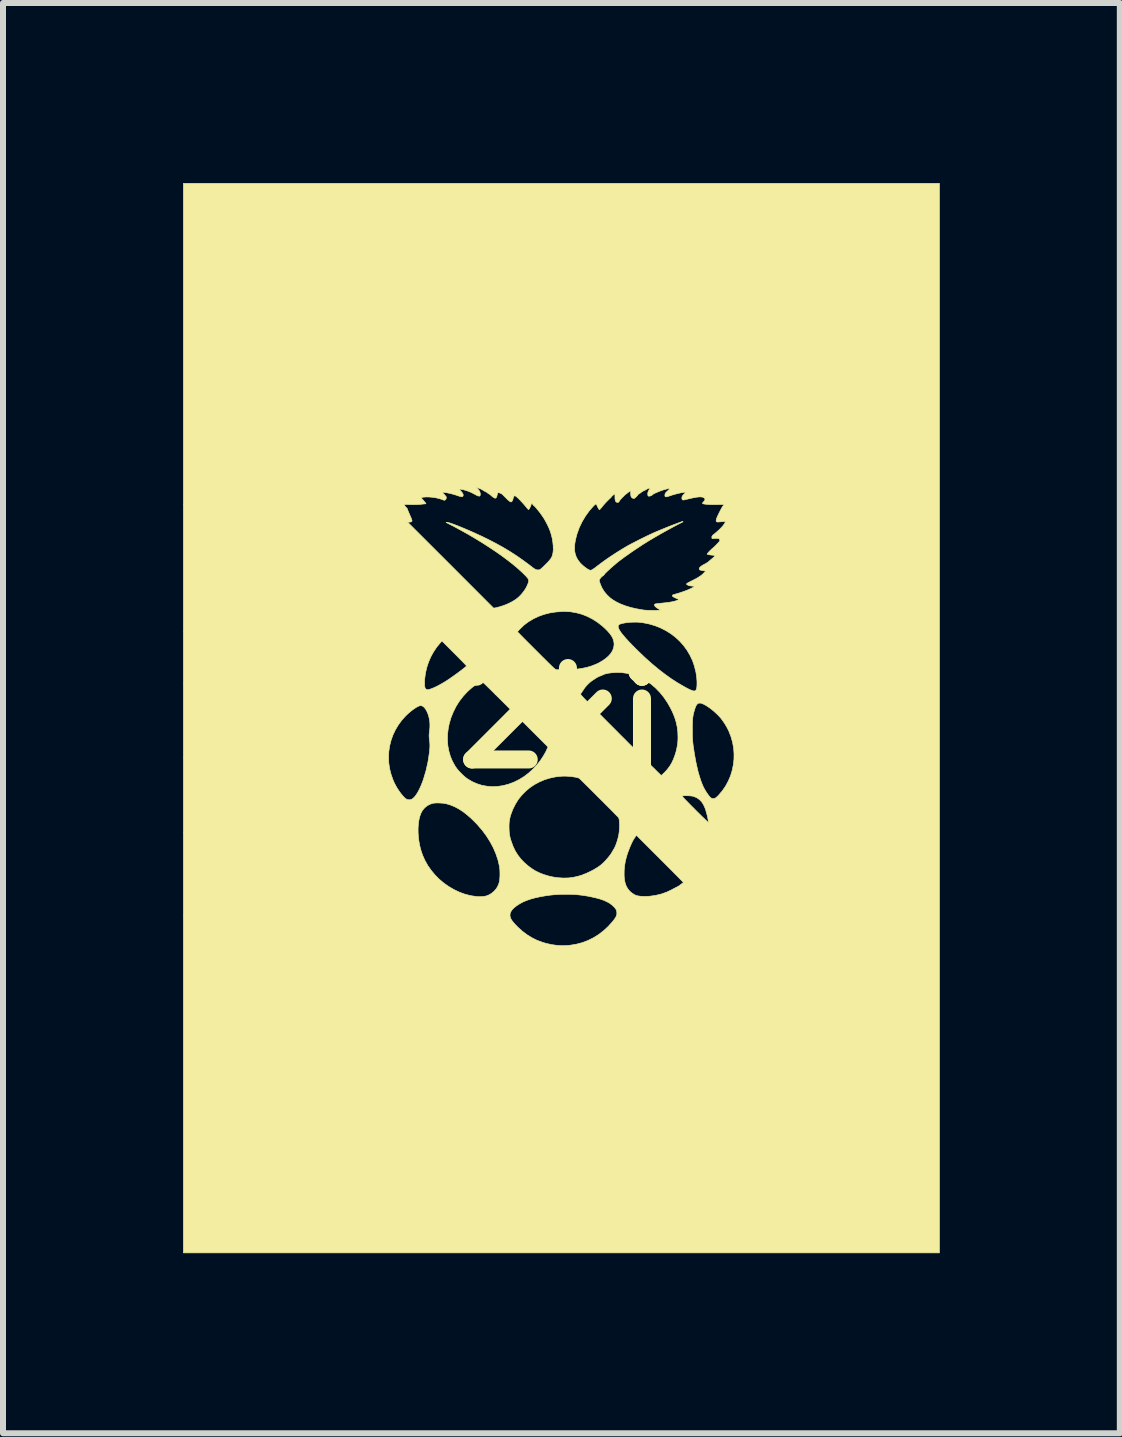
<source format=kicad_pcb>
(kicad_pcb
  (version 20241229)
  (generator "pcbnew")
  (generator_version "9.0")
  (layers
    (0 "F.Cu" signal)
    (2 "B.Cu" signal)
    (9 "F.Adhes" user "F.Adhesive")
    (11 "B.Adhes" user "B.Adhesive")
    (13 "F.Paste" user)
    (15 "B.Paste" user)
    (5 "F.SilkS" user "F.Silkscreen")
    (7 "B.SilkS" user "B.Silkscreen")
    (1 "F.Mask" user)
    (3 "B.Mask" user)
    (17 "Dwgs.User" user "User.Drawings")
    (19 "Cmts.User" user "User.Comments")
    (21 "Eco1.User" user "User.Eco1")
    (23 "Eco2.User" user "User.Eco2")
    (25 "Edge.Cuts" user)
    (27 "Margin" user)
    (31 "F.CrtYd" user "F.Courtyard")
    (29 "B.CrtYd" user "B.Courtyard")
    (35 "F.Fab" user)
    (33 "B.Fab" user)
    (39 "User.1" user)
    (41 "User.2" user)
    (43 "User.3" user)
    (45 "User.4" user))
  (footprint "2kj"
    (layer "F.Cu")
    (at 6.304 8.915)
    (property "Reference" "2kj" (at 0 0 0) (layer "F.SilkS") (effects (font (size 1.524 1.524) (thickness 0.3))))
    (attr through_hole)
    (fp_poly (pts (xy 6.299 8.91) (xy -6.299 8.91) (xy -6.299 3.292) (xy -0.857 3.292) (xy -0.85 3.325) (xy -0.849 3.327) (xy -0.838 3.351) (xy -0.821 3.377) (xy -0.798 3.406) (xy -0.769 3.439) (xy -0.732 3.476) (xy -0.726 3.483) (xy -0.65 3.551) (xy -0.573 3.609) (xy -0.492 3.659) (xy -0.408 3.701) (xy -0.317 3.735) (xy -0.263 3.751) (xy -0.169 3.773) (xy -0.077 3.786) (xy 0.014 3.791) (xy 0.106 3.788) (xy 0.145 3.784) (xy 0.248 3.767) (xy 0.347 3.741) (xy 0.442 3.705) (xy 0.533 3.66) (xy 0.62 3.606) (xy 0.702 3.543) (xy 0.78 3.471) (xy 0.852 3.391) (xy 0.879 3.357) (xy 0.899 3.328) (xy 0.913 3.302) (xy 0.921 3.279) (xy 0.924 3.256) (xy 0.924 3.249) (xy 0.921 3.219) (xy 0.912 3.191) (xy 0.894 3.165) (xy 0.881 3.149) (xy 0.845 3.116) (xy 0.804 3.085) (xy 0.757 3.059) (xy 0.704 3.035) (xy 0.643 3.014) (xy 0.573 2.995) (xy 0.506 2.98) (xy 0.431 2.965) (xy 0.363 2.954) (xy 0.298 2.946) (xy 0.235 2.94) (xy 0.169 2.937) (xy 0.097 2.936) (xy 0.069 2.936) (xy -0.02 2.937) (xy -0.102 2.941) (xy -0.182 2.949) (xy -0.262 2.96) (xy -0.348 2.975) (xy -0.348 2.975) (xy -0.432 2.993) (xy -0.507 3.013) (xy -0.574 3.036) (xy -0.635 3.061) (xy -0.691 3.091) (xy -0.743 3.124) (xy -0.748 3.128) (xy -0.79 3.161) (xy -0.822 3.194) (xy -0.843 3.227) (xy -0.855 3.259) (xy -0.857 3.292) (xy -6.299 3.292) (xy -6.299 1.831) (xy -2.388 1.831) (xy -2.388 1.903) (xy -2.383 1.977) (xy -2.374 2.052) (xy -2.36 2.127) (xy -2.341 2.201) (xy -2.317 2.272) (xy -2.315 2.279) (xy -2.275 2.369) (xy -2.227 2.455) (xy -2.17 2.536) (xy -2.107 2.612) (xy -2.037 2.683) (xy -1.961 2.747) (xy -1.879 2.805) (xy -1.794 2.855) (xy -1.705 2.898) (xy -1.613 2.932) (xy -1.518 2.957) (xy -1.427 2.971) (xy -1.393 2.974) (xy -1.356 2.975) (xy -1.319 2.973) (xy -1.287 2.97) (xy -1.26 2.965) (xy -1.255 2.964) (xy -1.204 2.944) (xy -1.158 2.915) (xy -1.117 2.88) (xy -1.083 2.839) (xy -1.062 2.804) (xy -1.051 2.779) (xy -1.041 2.752) (xy -1.034 2.728) (xy -1.033 2.723) (xy -1.029 2.696) (xy -1.026 2.662) (xy -1.024 2.623) (xy -1.024 2.582) (xy -1.025 2.542) (xy -1.028 2.505) (xy -1.032 2.473) (xy -1.033 2.466) (xy -1.057 2.364) (xy -1.091 2.262) (xy -1.134 2.161) (xy -1.187 2.062) (xy -1.248 1.965) (xy -1.318 1.87) (xy -1.38 1.798) (xy -0.873 1.798) (xy -0.872 1.843) (xy -0.87 1.888) (xy -0.867 1.925) (xy -0.862 1.959) (xy -0.854 1.993) (xy -0.844 2.03) (xy -0.833 2.062) (xy -0.803 2.143) (xy -0.767 2.217) (xy -0.724 2.285) (xy -0.674 2.349) (xy -0.616 2.409) (xy -0.55 2.466) (xy -0.497 2.505) (xy -0.436 2.544) (xy -0.367 2.578) (xy -0.292 2.607) (xy -0.212 2.631) (xy -0.131 2.649) (xy -0.048 2.66) (xy 0.033 2.665) (xy 0.112 2.663) (xy 0.128 2.662) (xy 0.202 2.652) (xy 0.273 2.636) (xy 0.344 2.615) (xy 0.361 2.608) (xy 1.045 2.608) (xy 1.046 2.641) (xy 1.051 2.689) (xy 1.058 2.73) (xy 1.068 2.765) (xy 1.08 2.797) (xy 1.096 2.827) (xy 1.119 2.861) (xy 1.149 2.893) (xy 1.184 2.921) (xy 1.22 2.943) (xy 1.246 2.955) (xy 1.282 2.963) (xy 1.326 2.969) (xy 1.377 2.971) (xy 1.434 2.97) (xy 1.476 2.967) (xy 1.573 2.953) (xy 1.667 2.93) (xy 1.757 2.898) (xy 1.839 2.859) (xy 1.864 2.845) (xy 1.892 2.831) (xy 1.916 2.818) (xy 1.926 2.813) (xy 1.948 2.801) (xy 1.969 2.788) (xy 1.985 2.776) (xy 1.987 2.774) (xy 2.001 2.762) (xy 2.014 2.753) (xy 2.021 2.749) (xy 2.029 2.743) (xy 2.032 2.738) (xy 2.028 2.734) (xy 2.018 2.723) (xy 2.002 2.706) (xy 1.979 2.683) (xy 1.952 2.655) (xy 1.919 2.622) (xy 1.882 2.585) (xy 1.841 2.543) (xy 1.797 2.499) (xy 1.749 2.451) (xy 1.699 2.401) (xy 1.647 2.349) (xy 1.64 2.342) (xy 1.248 1.95) (xy 1.237 1.969) (xy 1.227 1.985) (xy 1.217 1.999) (xy 1.215 2.002) (xy 1.202 2.022) (xy 1.186 2.051) (xy 1.169 2.086) (xy 1.151 2.126) (xy 1.133 2.17) (xy 1.116 2.215) (xy 1.099 2.261) (xy 1.087 2.301) (xy 1.067 2.377) (xy 1.053 2.456) (xy 1.046 2.533) (xy 1.045 2.608) (xy 0.361 2.608) (xy 0.416 2.586) (xy 0.48 2.556) (xy 0.536 2.527) (xy 0.583 2.499) (xy 0.625 2.472) (xy 0.663 2.443) (xy 0.698 2.412) (xy 0.733 2.376) (xy 0.77 2.334) (xy 0.8 2.297) (xy 0.815 2.277) (xy 0.83 2.256) (xy 0.841 2.238) (xy 0.841 2.238) (xy 0.851 2.22) (xy 0.864 2.198) (xy 0.877 2.177) (xy 0.877 2.176) (xy 0.891 2.151) (xy 0.905 2.118) (xy 0.919 2.08) (xy 0.932 2.039) (xy 0.944 1.997) (xy 0.953 1.956) (xy 0.955 1.948) (xy 0.961 1.911) (xy 0.965 1.87) (xy 0.968 1.829) (xy 0.969 1.788) (xy 0.968 1.75) (xy 0.966 1.716) (xy 0.962 1.687) (xy 0.956 1.666) (xy 0.952 1.658) (xy 0.948 1.652) (xy 0.936 1.64) (xy 0.919 1.623) (xy 0.896 1.6) (xy 0.869 1.572) (xy 0.838 1.54) (xy 0.803 1.505) (xy 0.765 1.467) (xy 0.726 1.428) (xy 0.685 1.386) (xy 0.642 1.344) (xy 0.6 1.302) (xy 0.597 1.299) (xy 2.013 1.299) (xy 2.014 1.302) (xy 2.018 1.308) (xy 2.025 1.317) (xy 2.036 1.329) (xy 2.051 1.345) (xy 2.07 1.365) (xy 2.095 1.39) (xy 2.125 1.421) (xy 2.161 1.458) (xy 2.204 1.5) (xy 2.225 1.522) (xy 2.264 1.561) (xy 2.301 1.597) (xy 2.335 1.631) (xy 2.366 1.661) (xy 2.393 1.687) (xy 2.415 1.708) (xy 2.432 1.724) (xy 2.443 1.734) (xy 2.448 1.737) (xy 2.448 1.737) (xy 2.448 1.729) (xy 2.447 1.715) (xy 2.444 1.696) (xy 2.444 1.692) (xy 2.437 1.656) (xy 2.427 1.613) (xy 2.415 1.569) (xy 2.403 1.527) (xy 2.392 1.497) (xy 2.368 1.443) (xy 2.338 1.397) (xy 2.302 1.359) (xy 2.26 1.329) (xy 2.212 1.308) (xy 2.194 1.302) (xy 2.177 1.299) (xy 2.154 1.296) (xy 2.127 1.294) (xy 2.098 1.293) (xy 2.07 1.293) (xy 2.045 1.293) (xy 2.025 1.295) (xy 2.014 1.297) (xy 2.013 1.299) (xy 0.597 1.299) (xy 0.558 1.26) (xy 0.517 1.219) (xy 0.478 1.18) (xy 0.441 1.143) (xy 0.406 1.109) (xy 0.376 1.079) (xy 0.349 1.053) (xy 0.327 1.031) (xy 0.311 1.016) (xy 0.301 1.006) (xy 0.298 1.003) (xy 0.282 0.996) (xy 0.258 0.99) (xy 0.228 0.983) (xy 0.193 0.978) (xy 0.154 0.973) (xy 0.115 0.97) (xy 0.076 0.967) (xy 0.039 0.967) (xy 0.008 0.968) (xy -0.092 0.978) (xy -0.188 0.998) (xy -0.28 1.026) (xy -0.367 1.063) (xy -0.449 1.107) (xy -0.526 1.159) (xy -0.596 1.218) (xy -0.66 1.283) (xy -0.718 1.355) (xy -0.767 1.434) (xy -0.809 1.518) (xy -0.842 1.605) (xy -0.856 1.654) (xy -0.865 1.7) (xy -0.871 1.747) (xy -0.873 1.798) (xy -1.38 1.798) (xy -1.396 1.779) (xy -1.43 1.743) (xy -1.502 1.672) (xy -1.572 1.611) (xy -1.64 1.558) (xy -1.708 1.514) (xy -1.775 1.478) (xy -1.842 1.45) (xy -1.911 1.429) (xy -1.931 1.425) (xy -1.962 1.419) (xy -1.998 1.416) (xy -2.035 1.414) (xy -2.073 1.413) (xy -2.107 1.415) (xy -2.134 1.418) (xy -2.141 1.419) (xy -2.192 1.436) (xy -2.239 1.462) (xy -2.279 1.495) (xy -2.313 1.535) (xy -2.317 1.541) (xy -2.341 1.586) (xy -2.36 1.638) (xy -2.374 1.697) (xy -2.383 1.762) (xy -2.388 1.831) (xy -6.299 1.831) (xy -6.299 0.653) (xy -2.88 0.653) (xy -2.876 0.749) (xy -2.862 0.844) (xy -2.838 0.938) (xy -2.805 1.031) (xy -2.781 1.085) (xy -2.759 1.127) (xy -2.734 1.17) (xy -2.707 1.211) (xy -2.68 1.249) (xy -2.652 1.284) (xy -2.626 1.313) (xy -2.602 1.336) (xy -2.58 1.351) (xy -2.574 1.354) (xy -2.55 1.36) (xy -2.523 1.36) (xy -2.499 1.354) (xy -2.496 1.353) (xy -2.472 1.337) (xy -2.446 1.312) (xy -2.42 1.278) (xy -2.394 1.237) (xy -2.368 1.188) (xy -2.343 1.134) (xy -2.319 1.075) (xy -2.299 1.02) (xy -2.256 0.875) (xy -2.223 0.729) (xy -2.201 0.583) (xy -2.197 0.549) (xy -2.193 0.504) (xy -2.191 0.465) (xy -2.192 0.428) (xy -2.195 0.39) (xy -2.198 0.366) (xy -1.899 0.366) (xy -1.892 0.46) (xy -1.875 0.55) (xy -1.85 0.637) (xy -1.815 0.72) (xy -1.771 0.799) (xy -1.762 0.813) (xy -1.737 0.847) (xy -1.706 0.884) (xy -1.67 0.921) (xy -1.633 0.957) (xy -1.596 0.989) (xy -1.562 1.014) (xy -1.56 1.015) (xy -1.485 1.059) (xy -1.405 1.094) (xy -1.323 1.12) (xy -1.237 1.135) (xy -1.15 1.142) (xy -1.061 1.138) (xy -1.061 1.138) (xy -0.969 1.124) (xy -0.879 1.1) (xy -0.79 1.067) (xy -0.704 1.024) (xy -0.621 0.973) (xy -0.542 0.912) (xy -0.47 0.846) (xy -0.409 0.78) (xy -0.353 0.71) (xy -0.304 0.637) (xy -0.262 0.564) (xy -0.241 0.519) (xy -0.224 0.48) (xy -0.772 -0.068) (xy -0.847 -0.142) (xy -0.914 -0.21) (xy -0.976 -0.271) (xy -1.03 -0.325) (xy -1.08 -0.374) (xy -1.106 -0.4) (xy 0.32 -0.4) (xy 0.32 -0.398) (xy 0.321 -0.395) (xy 0.323 -0.391) (xy 0.327 -0.386) (xy 0.333 -0.378) (xy 0.341 -0.369) (xy 0.352 -0.358) (xy 0.365 -0.343) (xy 0.381 -0.326) (xy 0.401 -0.306) (xy 0.424 -0.282) (xy 0.452 -0.254) (xy 0.483 -0.222) (xy 0.52 -0.185) (xy 0.561 -0.144) (xy 0.607 -0.097) (xy 0.659 -0.046) (xy 0.716 0.012) (xy 0.78 0.076) (xy 0.85 0.146) (xy 0.926 0.222) (xy 0.986 0.283) (xy 1.055 0.351) (xy 1.122 0.419) (xy 1.187 0.483) (xy 1.249 0.545) (xy 1.308 0.604) (xy 1.364 0.66) (xy 1.417 0.712) (xy 1.465 0.76) (xy 1.508 0.804) (xy 1.548 0.842) (xy 1.581 0.876) (xy 1.61 0.904) (xy 1.633 0.926) (xy 1.649 0.943) (xy 1.659 0.952) (xy 1.663 0.955) (xy 1.668 0.952) (xy 1.678 0.943) (xy 1.693 0.929) (xy 1.711 0.912) (xy 1.713 0.911) (xy 1.76 0.86) (xy 1.801 0.807) (xy 1.836 0.75) (xy 1.866 0.687) (xy 1.892 0.617) (xy 1.908 0.566) (xy 1.922 0.508) (xy 1.932 0.455) (xy 1.939 0.403) (xy 1.942 0.347) (xy 1.942 0.307) (xy 1.939 0.223) (xy 1.934 0.184) (xy 2.182 0.184) (xy 2.182 0.196) (xy 2.182 0.243) (xy 2.183 0.284) (xy 2.184 0.321) (xy 2.185 0.356) (xy 2.188 0.391) (xy 2.192 0.426) (xy 2.196 0.464) (xy 2.203 0.506) (xy 2.21 0.555) (xy 2.219 0.611) (xy 2.223 0.632) (xy 2.239 0.723) (xy 2.258 0.809) (xy 2.277 0.891) (xy 2.299 0.967) (xy 2.321 1.036) (xy 2.344 1.097) (xy 2.365 1.146) (xy 2.382 1.178) (xy 2.401 1.211) (xy 2.422 1.244) (xy 2.443 1.274) (xy 2.462 1.299) (xy 2.479 1.318) (xy 2.481 1.32) (xy 2.496 1.332) (xy 2.507 1.339) (xy 2.52 1.341) (xy 2.525 1.341) (xy 2.544 1.339) (xy 2.562 1.334) (xy 2.563 1.333) (xy 2.574 1.326) (xy 2.589 1.313) (xy 2.607 1.297) (xy 2.623 1.28) (xy 2.684 1.208) (xy 2.737 1.13) (xy 2.781 1.048) (xy 2.818 0.962) (xy 2.845 0.872) (xy 2.864 0.78) (xy 2.875 0.687) (xy 2.876 0.593) (xy 2.869 0.498) (xy 2.852 0.404) (xy 2.826 0.311) (xy 2.791 0.221) (xy 2.781 0.199) (xy 2.754 0.147) (xy 2.722 0.093) (xy 2.687 0.042) (xy 2.657 0.002) (xy 2.623 -0.036) (xy 2.585 -0.074) (xy 2.544 -0.111) (xy 2.502 -0.146) (xy 2.459 -0.178) (xy 2.418 -0.205) (xy 2.38 -0.227) (xy 2.345 -0.243) (xy 2.333 -0.247) (xy 2.309 -0.251) (xy 2.288 -0.249) (xy 2.27 -0.24) (xy 2.254 -0.223) (xy 2.239 -0.198) (xy 2.226 -0.163) (xy 2.213 -0.12) (xy 2.21 -0.109) (xy 2.202 -0.08) (xy 2.196 -0.053) (xy 2.192 -0.028) (xy 2.188 -0.002) (xy 2.186 0.025) (xy 2.184 0.056) (xy 2.183 0.091) (xy 2.182 0.134) (xy 2.182 0.184) (xy 1.934 0.184) (xy 1.928 0.141) (xy 1.91 0.061) (xy 1.885 -0.019) (xy 1.851 -0.101) (xy 1.819 -0.166) (xy 1.765 -0.261) (xy 1.705 -0.349) (xy 1.64 -0.429) (xy 1.57 -0.501) (xy 1.496 -0.565) (xy 1.417 -0.619) (xy 1.335 -0.665) (xy 1.267 -0.695) (xy 1.179 -0.725) (xy 1.093 -0.746) (xy 1.008 -0.758) (xy 0.923 -0.761) (xy 0.836 -0.755) (xy 0.835 -0.755) (xy 0.794 -0.75) (xy 0.761 -0.744) (xy 0.733 -0.737) (xy 0.708 -0.729) (xy 0.684 -0.718) (xy 0.681 -0.716) (xy 0.663 -0.708) (xy 0.645 -0.701) (xy 0.636 -0.699) (xy 0.624 -0.694) (xy 0.607 -0.685) (xy 0.588 -0.674) (xy 0.583 -0.671) (xy 0.561 -0.657) (xy 0.538 -0.642) (xy 0.519 -0.629) (xy 0.517 -0.628) (xy 0.489 -0.608) (xy 0.459 -0.582) (xy 0.429 -0.552) (xy 0.402 -0.522) (xy 0.382 -0.495) (xy 0.38 -0.493) (xy 0.367 -0.472) (xy 0.354 -0.453) (xy 0.343 -0.437) (xy 0.341 -0.434) (xy 0.331 -0.42) (xy 0.323 -0.406) (xy 0.32 -0.402) (xy 0.32 -0.4) (xy -1.106 -0.4) (xy -1.123 -0.417) (xy -1.161 -0.455) (xy -1.195 -0.488) (xy -1.224 -0.516) (xy -1.248 -0.54) (xy -1.269 -0.56) (xy -1.286 -0.576) (xy -1.3 -0.589) (xy -1.311 -0.599) (xy -1.319 -0.606) (xy -1.325 -0.61) (xy -1.329 -0.612) (xy -1.332 -0.613) (xy -1.332 -0.613) (xy -1.342 -0.608) (xy -1.359 -0.599) (xy -1.381 -0.586) (xy -1.405 -0.57) (xy -1.431 -0.552) (xy -1.456 -0.534) (xy -1.479 -0.517) (xy -1.491 -0.508) (xy -1.567 -0.44) (xy -1.636 -0.365) (xy -1.699 -0.284) (xy -1.754 -0.197) (xy -1.8 -0.105) (xy -1.839 -0.01) (xy -1.868 0.088) (xy -1.885 0.17) (xy -1.897 0.269) (xy -1.899 0.366) (xy -2.198 0.366) (xy -2.2 0.347) (xy -2.203 0.323) (xy -2.204 0.302) (xy -2.204 0.28) (xy -2.202 0.254) (xy -2.2 0.237) (xy -2.195 0.195) (xy -2.192 0.161) (xy -2.191 0.133) (xy -2.191 0.108) (xy -2.192 0.084) (xy -2.194 0.059) (xy -2.194 0.055) (xy -2.204 -0.003) (xy -2.218 -0.056) (xy -2.239 -0.106) (xy -2.24 -0.109) (xy -2.262 -0.149) (xy -2.285 -0.178) (xy -2.308 -0.197) (xy -2.333 -0.207) (xy -2.346 -0.208) (xy -2.364 -0.205) (xy -2.389 -0.195) (xy -2.418 -0.179) (xy -2.45 -0.158) (xy -2.485 -0.133) (xy -2.52 -0.105) (xy -2.556 -0.074) (xy -2.59 -0.042) (xy -2.591 -0.041) (xy -2.658 0.033) (xy -2.716 0.112) (xy -2.766 0.195) (xy -2.807 0.282) (xy -2.839 0.372) (xy -2.862 0.464) (xy -2.876 0.558) (xy -2.88 0.653) (xy -6.299 0.653) (xy -6.299 -0.58) (xy -2.281 -0.58) (xy -2.28 -0.545) (xy -2.276 -0.519) (xy -2.27 -0.5) (xy -2.261 -0.487) (xy -2.258 -0.484) (xy -2.247 -0.477) (xy -2.235 -0.473) (xy -2.219 -0.474) (xy -2.198 -0.479) (xy -2.171 -0.488) (xy -2.133 -0.503) (xy -2.089 -0.523) (xy -2.042 -0.547) (xy -1.992 -0.575) (xy -1.943 -0.604) (xy -1.895 -0.634) (xy -1.89 -0.638) (xy -1.86 -0.658) (xy -1.827 -0.681) (xy -1.793 -0.705) (xy -1.758 -0.73) (xy -1.724 -0.755) (xy -1.691 -0.78) (xy -1.66 -0.803) (xy -1.633 -0.824) (xy -1.611 -0.842) (xy -1.594 -0.856) (xy -1.583 -0.866) (xy -1.581 -0.869) (xy -1.584 -0.874) (xy -1.594 -0.885) (xy -1.609 -0.901) (xy -1.63 -0.923) (xy -1.656 -0.95) (xy -1.686 -0.98) (xy -1.719 -1.014) (xy -1.755 -1.05) (xy -1.785 -1.08) (xy -1.99 -1.285) (xy -2.017 -1.256) (xy -2.077 -1.183) (xy -2.131 -1.103) (xy -2.177 -1.019) (xy -2.215 -0.93) (xy -2.245 -0.838) (xy -2.266 -0.744) (xy -2.278 -0.65) (xy -2.281 -0.58) (xy -6.299 -0.58) (xy -6.299 -1.438) (xy -0.731 -1.438) (xy -0.728 -1.434) (xy -0.718 -1.423) (xy -0.701 -1.407) (xy -0.679 -1.384) (xy -0.652 -1.357) (xy -0.621 -1.325) (xy -0.585 -1.289) (xy -0.545 -1.249) (xy -0.503 -1.207) (xy -0.458 -1.162) (xy -0.418 -1.122) (xy -0.363 -1.067) (xy -0.315 -1.019) (xy -0.273 -0.978) (xy -0.237 -0.942) (xy -0.206 -0.911) (xy -0.18 -0.886) (xy -0.159 -0.865) (xy -0.141 -0.848) (xy -0.127 -0.835) (xy -0.115 -0.825) (xy -0.106 -0.818) (xy -0.099 -0.813) (xy -0.094 -0.81) (xy -0.089 -0.808) (xy -0.086 -0.807) (xy -0.084 -0.807) (xy -0.067 -0.806) (xy -0.042 -0.806) (xy -0.011 -0.806) (xy 0.025 -0.806) (xy 0.063 -0.807) (xy 0.102 -0.808) (xy 0.139 -0.809) (xy 0.174 -0.81) (xy 0.203 -0.811) (xy 0.226 -0.813) (xy 0.229 -0.813) (xy 0.328 -0.826) (xy 0.42 -0.844) (xy 0.506 -0.87) (xy 0.586 -0.902) (xy 0.618 -0.917) (xy 0.682 -0.954) (xy 0.737 -0.992) (xy 0.784 -1.033) (xy 0.822 -1.076) (xy 0.85 -1.12) (xy 0.868 -1.166) (xy 0.877 -1.213) (xy 0.877 -1.251) (xy 0.87 -1.29) (xy 0.856 -1.33) (xy 0.834 -1.371) (xy 0.803 -1.413) (xy 0.764 -1.457) (xy 0.716 -1.504) (xy 0.693 -1.525) (xy 0.946 -1.525) (xy 0.95 -1.503) (xy 0.961 -1.478) (xy 0.979 -1.447) (xy 1.004 -1.412) (xy 1.037 -1.372) (xy 1.076 -1.326) (xy 1.123 -1.275) (xy 1.178 -1.218) (xy 1.24 -1.155) (xy 1.282 -1.114) (xy 1.396 -1.005) (xy 1.507 -0.906) (xy 1.616 -0.815) (xy 1.724 -0.732) (xy 1.83 -0.656) (xy 1.937 -0.587) (xy 2.044 -0.525) (xy 2.08 -0.505) (xy 2.12 -0.484) (xy 2.153 -0.469) (xy 2.179 -0.459) (xy 2.2 -0.453) (xy 2.216 -0.452) (xy 2.229 -0.456) (xy 2.239 -0.463) (xy 2.24 -0.464) (xy 2.248 -0.479) (xy 2.254 -0.502) (xy 2.258 -0.532) (xy 2.259 -0.569) (xy 2.259 -0.61) (xy 2.256 -0.654) (xy 2.251 -0.701) (xy 2.244 -0.748) (xy 2.24 -0.77) (xy 2.216 -0.867) (xy 2.184 -0.96) (xy 2.142 -1.048) (xy 2.093 -1.131) (xy 2.036 -1.209) (xy 1.972 -1.281) (xy 1.901 -1.347) (xy 1.824 -1.406) (xy 1.741 -1.458) (xy 1.652 -1.503) (xy 1.559 -1.54) (xy 1.461 -1.569) (xy 1.359 -1.589) (xy 1.308 -1.595) (xy 1.267 -1.599) (xy 1.224 -1.599) (xy 1.179 -1.598) (xy 1.134 -1.596) (xy 1.091 -1.591) (xy 1.051 -1.585) (xy 1.016 -1.578) (xy 0.987 -1.57) (xy 0.965 -1.561) (xy 0.956 -1.554) (xy 0.948 -1.542) (xy 0.946 -1.525) (xy 0.693 -1.525) (xy 0.684 -1.533) (xy 0.602 -1.597) (xy 0.517 -1.651) (xy 0.429 -1.696) (xy 0.339 -1.731) (xy 0.246 -1.756) (xy 0.151 -1.772) (xy 0.053 -1.777) (xy 0.008 -1.776) (xy -0.097 -1.768) (xy -0.198 -1.752) (xy -0.294 -1.727) (xy -0.385 -1.694) (xy -0.47 -1.653) (xy -0.55 -1.605) (xy -0.623 -1.55) (xy -0.689 -1.487) (xy -0.696 -1.48) (xy -0.711 -1.463) (xy -0.722 -1.45) (xy -0.73 -1.441) (xy -0.731 -1.438) (xy -6.299 -1.438) (xy -6.299 -3.556) (xy -2.616 -3.556) (xy -2.612 -3.543) (xy -2.602 -3.527) (xy -2.588 -3.511) (xy -2.582 -3.505) (xy -2.571 -3.494) (xy -2.565 -3.486) (xy -2.564 -3.483) (xy -2.565 -3.48) (xy -2.564 -3.476) (xy -2.561 -3.468) (xy -2.556 -3.455) (xy -2.548 -3.437) (xy -2.538 -3.413) (xy -2.524 -3.381) (xy -2.517 -3.365) (xy -2.506 -3.34) (xy -2.498 -3.319) (xy -2.492 -3.301) (xy -2.489 -3.291) (xy -2.489 -3.29) (xy -2.492 -3.278) (xy -2.503 -3.27) (xy -2.522 -3.267) (xy -2.536 -3.266) (xy -2.563 -3.266) (xy -1.846 -2.55) (xy -1.13 -1.833) (xy -1.107 -1.836) (xy -1.093 -1.839) (xy -1.072 -1.844) (xy -1.047 -1.85) (xy -1.032 -1.854) (xy -0.957 -1.878) (xy -0.886 -1.907) (xy -0.821 -1.94) (xy -0.764 -1.975) (xy -0.762 -1.976) (xy -0.715 -2.014) (xy -0.671 -2.058) (xy -0.631 -2.107) (xy -0.596 -2.158) (xy -0.569 -2.211) (xy -0.551 -2.257) (xy -0.546 -2.277) (xy -0.545 -2.295) (xy -0.55 -2.312) (xy -0.561 -2.331) (xy -0.579 -2.352) (xy -0.593 -2.368) (xy -0.656 -2.43) (xy -0.727 -2.495) (xy -0.807 -2.562) (xy -0.895 -2.631) (xy -0.989 -2.701) (xy -1.09 -2.772) (xy -1.198 -2.844) (xy -1.31 -2.916) (xy -1.427 -2.988) (xy -1.547 -3.059) (xy -1.671 -3.128) (xy -1.798 -3.197) (xy -1.892 -3.245) (xy -1.923 -3.261) (xy -1.902 -3.261) (xy -1.887 -3.259) (xy -1.864 -3.253) (xy -1.834 -3.243) (xy -1.797 -3.23) (xy -1.755 -3.214) (xy -1.708 -3.196) (xy -1.657 -3.175) (xy -1.602 -3.152) (xy -1.546 -3.128) (xy -1.488 -3.103) (xy -1.43 -3.077) (xy -1.372 -3.05) (xy -1.315 -3.024) (xy -1.261 -2.997) (xy -1.219 -2.977) (xy -1.094 -2.912) (xy -0.976 -2.847) (xy -0.864 -2.78) (xy -0.755 -2.71) (xy -0.647 -2.635) (xy -0.537 -2.554) (xy -0.483 -2.512) (xy -0.464 -2.498) (xy -0.446 -2.486) (xy -0.432 -2.478) (xy -0.428 -2.476) (xy -0.406 -2.47) (xy -0.381 -2.469) (xy -0.359 -2.474) (xy -0.358 -2.474) (xy -0.351 -2.479) (xy -0.338 -2.49) (xy -0.32 -2.506) (xy -0.298 -2.526) (xy -0.275 -2.549) (xy -0.265 -2.559) (xy -0.233 -2.591) (xy -0.208 -2.618) (xy -0.189 -2.641) (xy -0.174 -2.661) (xy -0.163 -2.68) (xy -0.154 -2.7) (xy -0.148 -2.72) (xy -0.139 -2.764) (xy -0.135 -2.815) (xy -0.136 -2.84) (xy 0.218 -2.84) (xy 0.221 -2.782) (xy 0.232 -2.729) (xy 0.25 -2.68) (xy 0.276 -2.634) (xy 0.31 -2.59) (xy 0.317 -2.582) (xy 0.341 -2.558) (xy 0.369 -2.533) (xy 0.398 -2.51) (xy 0.426 -2.49) (xy 0.45 -2.475) (xy 0.453 -2.474) (xy 0.466 -2.468) (xy 0.477 -2.464) (xy 0.489 -2.464) (xy 0.501 -2.467) (xy 0.516 -2.475) (xy 0.535 -2.487) (xy 0.559 -2.504) (xy 0.589 -2.527) (xy 0.599 -2.535) (xy 0.698 -2.609) (xy 0.804 -2.683) (xy 0.915 -2.756) (xy 1.03 -2.827) (xy 1.096 -2.866) (xy 1.141 -2.891) (xy 1.193 -2.918) (xy 1.251 -2.948) (xy 1.312 -2.979) (xy 1.375 -3.01) (xy 1.438 -3.041) (xy 1.499 -3.069) (xy 1.556 -3.095) (xy 1.603 -3.115) (xy 1.639 -3.13) (xy 1.678 -3.146) (xy 1.72 -3.163) (xy 1.763 -3.181) (xy 1.806 -3.198) (xy 1.848 -3.214) (xy 1.888 -3.229) (xy 1.925 -3.243) (xy 1.957 -3.255) (xy 1.984 -3.265) (xy 2.005 -3.272) (xy 2.018 -3.276) (xy 2.021 -3.277) (xy 2.027 -3.275) (xy 2.024 -3.271) (xy 2.013 -3.264) (xy 1.994 -3.254) (xy 1.972 -3.243) (xy 1.934 -3.224) (xy 1.889 -3.2) (xy 1.839 -3.173) (xy 1.784 -3.143) (xy 1.726 -3.111) (xy 1.667 -3.078) (xy 1.608 -3.044) (xy 1.551 -3.011) (xy 1.497 -2.979) (xy 1.447 -2.949) (xy 1.412 -2.927) (xy 1.354 -2.891) (xy 1.294 -2.851) (xy 1.232 -2.81) (xy 1.171 -2.769) (xy 1.112 -2.727) (xy 1.056 -2.688) (xy 1.005 -2.65) (xy 0.961 -2.617) (xy 0.935 -2.597) (xy 0.915 -2.58) (xy 0.892 -2.56) (xy 0.866 -2.538) (xy 0.84 -2.515) (xy 0.813 -2.491) (xy 0.788 -2.468) (xy 0.765 -2.447) (xy 0.747 -2.429) (xy 0.733 -2.416) (xy 0.725 -2.407) (xy 0.724 -2.406) (xy 0.717 -2.395) (xy 0.707 -2.384) (xy 0.696 -2.374) (xy 0.689 -2.368) (xy 0.687 -2.367) (xy 0.68 -2.363) (xy 0.669 -2.354) (xy 0.657 -2.34) (xy 0.645 -2.325) (xy 0.636 -2.311) (xy 0.63 -2.301) (xy 0.63 -2.299) (xy 0.632 -2.286) (xy 0.637 -2.267) (xy 0.645 -2.243) (xy 0.655 -2.217) (xy 0.666 -2.192) (xy 0.676 -2.17) (xy 0.679 -2.164) (xy 0.716 -2.105) (xy 0.762 -2.051) (xy 0.814 -2.002) (xy 0.855 -1.972) (xy 0.915 -1.936) (xy 0.985 -1.902) (xy 1.063 -1.872) (xy 1.147 -1.846) (xy 1.238 -1.824) (xy 1.333 -1.807) (xy 1.369 -1.801) (xy 1.392 -1.799) (xy 1.421 -1.797) (xy 1.455 -1.796) (xy 1.492 -1.795) (xy 1.528 -1.794) (xy 1.562 -1.794) (xy 1.592 -1.795) (xy 1.615 -1.796) (xy 1.626 -1.797) (xy 1.648 -1.801) (xy 1.615 -1.821) (xy 1.585 -1.841) (xy 1.563 -1.859) (xy 1.552 -1.875) (xy 1.55 -1.889) (xy 1.557 -1.9) (xy 1.564 -1.902) (xy 1.58 -1.905) (xy 1.604 -1.909) (xy 1.633 -1.912) (xy 1.665 -1.915) (xy 1.724 -1.921) (xy 1.774 -1.927) (xy 1.816 -1.933) (xy 1.852 -1.94) (xy 1.883 -1.947) (xy 1.91 -1.955) (xy 1.935 -1.965) (xy 1.939 -1.966) (xy 1.963 -1.977) (xy 1.938 -1.986) (xy 1.92 -1.993) (xy 1.898 -2.003) (xy 1.881 -2.011) (xy 1.863 -2.021) (xy 1.854 -2.028) (xy 1.85 -2.035) (xy 1.849 -2.039) (xy 1.85 -2.047) (xy 1.856 -2.052) (xy 1.868 -2.057) (xy 1.878 -2.06) (xy 1.958 -2.083) (xy 2.029 -2.107) (xy 2.091 -2.13) (xy 2.144 -2.153) (xy 2.188 -2.175) (xy 2.188 -2.175) (xy 2.226 -2.197) (xy 2.179 -2.2) (xy 2.149 -2.203) (xy 2.126 -2.207) (xy 2.11 -2.214) (xy 2.097 -2.221) (xy 2.088 -2.227) (xy 2.084 -2.232) (xy 2.086 -2.238) (xy 2.094 -2.245) (xy 2.108 -2.254) (xy 2.131 -2.266) (xy 2.161 -2.282) (xy 2.17 -2.286) (xy 2.215 -2.309) (xy 2.251 -2.328) (xy 2.281 -2.346) (xy 2.306 -2.362) (xy 2.328 -2.377) (xy 2.347 -2.393) (xy 2.366 -2.411) (xy 2.369 -2.414) (xy 2.405 -2.451) (xy 2.372 -2.455) (xy 2.351 -2.458) (xy 2.331 -2.462) (xy 2.319 -2.465) (xy 2.306 -2.47) (xy 2.299 -2.477) (xy 2.297 -2.487) (xy 2.297 -2.497) (xy 2.302 -2.506) (xy 2.312 -2.517) (xy 2.32 -2.524) (xy 2.336 -2.537) (xy 2.358 -2.55) (xy 2.381 -2.563) (xy 2.387 -2.566) (xy 2.409 -2.578) (xy 2.431 -2.592) (xy 2.449 -2.605) (xy 2.453 -2.608) (xy 2.469 -2.622) (xy 2.488 -2.639) (xy 2.508 -2.655) (xy 2.51 -2.657) (xy 2.532 -2.676) (xy 2.547 -2.69) (xy 2.554 -2.7) (xy 2.554 -2.707) (xy 2.545 -2.711) (xy 2.53 -2.714) (xy 2.518 -2.715) (xy 2.494 -2.717) (xy 2.471 -2.721) (xy 2.451 -2.724) (xy 2.436 -2.728) (xy 2.429 -2.731) (xy 2.428 -2.731) (xy 2.432 -2.74) (xy 2.442 -2.753) (xy 2.457 -2.77) (xy 2.475 -2.789) (xy 2.496 -2.809) (xy 2.509 -2.821) (xy 2.533 -2.841) (xy 2.556 -2.863) (xy 2.579 -2.886) (xy 2.6 -2.908) (xy 2.618 -2.927) (xy 2.631 -2.943) (xy 2.638 -2.954) (xy 2.639 -2.956) (xy 2.639 -2.971) (xy 2.631 -2.984) (xy 2.622 -2.992) (xy 2.614 -2.993) (xy 2.597 -2.994) (xy 2.576 -2.994) (xy 2.562 -2.994) (xy 2.51 -2.991) (xy 2.507 -3.007) (xy 2.506 -3.018) (xy 2.508 -3.028) (xy 2.515 -3.039) (xy 2.527 -3.052) (xy 2.547 -3.068) (xy 2.557 -3.076) (xy 2.589 -3.103) (xy 2.621 -3.132) (xy 2.651 -3.161) (xy 2.677 -3.188) (xy 2.694 -3.208) (xy 2.706 -3.225) (xy 2.718 -3.243) (xy 2.726 -3.258) (xy 2.731 -3.27) (xy 2.731 -3.275) (xy 2.725 -3.276) (xy 2.712 -3.275) (xy 2.692 -3.274) (xy 2.668 -3.272) (xy 2.665 -3.272) (xy 2.64 -3.27) (xy 2.618 -3.268) (xy 2.601 -3.268) (xy 2.591 -3.269) (xy 2.591 -3.269) (xy 2.581 -3.277) (xy 2.578 -3.292) (xy 2.582 -3.314) (xy 2.583 -3.32) (xy 2.59 -3.337) (xy 2.599 -3.36) (xy 2.612 -3.386) (xy 2.625 -3.414) (xy 2.64 -3.443) (xy 2.654 -3.47) (xy 2.667 -3.495) (xy 2.678 -3.514) (xy 2.686 -3.527) (xy 2.689 -3.53) (xy 2.698 -3.541) (xy 2.703 -3.551) (xy 2.703 -3.552) (xy 2.702 -3.555) (xy 2.699 -3.557) (xy 2.693 -3.558) (xy 2.683 -3.559) (xy 2.666 -3.559) (xy 2.643 -3.559) (xy 2.611 -3.558) (xy 2.601 -3.558) (xy 2.561 -3.557) (xy 2.52 -3.557) (xy 2.481 -3.558) (xy 2.444 -3.56) (xy 2.412 -3.563) (xy 2.385 -3.566) (xy 2.365 -3.57) (xy 2.354 -3.574) (xy 2.353 -3.574) (xy 2.35 -3.578) (xy 2.351 -3.584) (xy 2.357 -3.592) (xy 2.369 -3.605) (xy 2.385 -3.625) (xy 2.392 -3.641) (xy 2.39 -3.654) (xy 2.381 -3.667) (xy 2.366 -3.677) (xy 2.345 -3.683) (xy 2.319 -3.686) (xy 2.286 -3.685) (xy 2.246 -3.68) (xy 2.198 -3.671) (xy 2.141 -3.659) (xy 2.132 -3.656) (xy 2.098 -3.648) (xy 2.071 -3.642) (xy 2.052 -3.637) (xy 2.039 -3.635) (xy 2.03 -3.634) (xy 2.024 -3.635) (xy 2.02 -3.637) (xy 2.016 -3.64) (xy 2.01 -3.648) (xy 2.007 -3.659) (xy 2.008 -3.675) (xy 2.01 -3.687) (xy 2.014 -3.698) (xy 2.021 -3.709) (xy 2.033 -3.723) (xy 2.043 -3.732) (xy 2.075 -3.765) (xy 2.042 -3.762) (xy 2.004 -3.757) (xy 1.959 -3.747) (xy 1.91 -3.735) (xy 1.86 -3.721) (xy 1.82 -3.708) (xy 1.787 -3.697) (xy 1.762 -3.69) (xy 1.744 -3.687) (xy 1.732 -3.69) (xy 1.726 -3.697) (xy 1.724 -3.709) (xy 1.726 -3.727) (xy 1.726 -3.728) (xy 1.728 -3.738) (xy 1.732 -3.747) (xy 1.74 -3.757) (xy 1.752 -3.77) (xy 1.772 -3.788) (xy 1.772 -3.788) (xy 1.788 -3.804) (xy 1.801 -3.817) (xy 1.808 -3.826) (xy 1.809 -3.829) (xy 1.802 -3.829) (xy 1.787 -3.826) (xy 1.766 -3.821) (xy 1.741 -3.814) (xy 1.716 -3.807) (xy 1.69 -3.8) (xy 1.668 -3.792) (xy 1.65 -3.786) (xy 1.646 -3.784) (xy 1.624 -3.775) (xy 1.599 -3.765) (xy 1.574 -3.754) (xy 1.573 -3.754) (xy 1.552 -3.744) (xy 1.533 -3.734) (xy 1.519 -3.724) (xy 1.518 -3.722) (xy 1.498 -3.707) (xy 1.477 -3.7) (xy 1.46 -3.698) (xy 1.449 -3.699) (xy 1.443 -3.704) (xy 1.44 -3.716) (xy 1.438 -3.746) (xy 1.445 -3.774) (xy 1.461 -3.803) (xy 1.463 -3.806) (xy 1.472 -3.82) (xy 1.478 -3.831) (xy 1.479 -3.835) (xy 1.479 -3.835) (xy 1.469 -3.833) (xy 1.453 -3.828) (xy 1.436 -3.821) (xy 1.419 -3.813) (xy 1.408 -3.806) (xy 1.406 -3.805) (xy 1.393 -3.797) (xy 1.377 -3.791) (xy 1.377 -3.79) (xy 1.363 -3.784) (xy 1.346 -3.774) (xy 1.333 -3.765) (xy 1.317 -3.752) (xy 1.301 -3.741) (xy 1.292 -3.736) (xy 1.28 -3.728) (xy 1.273 -3.72) (xy 1.273 -3.719) (xy 1.268 -3.711) (xy 1.257 -3.699) (xy 1.244 -3.685) (xy 1.242 -3.683) (xy 1.227 -3.67) (xy 1.217 -3.662) (xy 1.208 -3.66) (xy 1.2 -3.661) (xy 1.181 -3.667) (xy 1.168 -3.679) (xy 1.159 -3.695) (xy 1.155 -3.72) (xy 1.153 -3.75) (xy 1.153 -3.767) (xy 1.152 -3.78) (xy 1.15 -3.785) (xy 1.15 -3.785) (xy 1.143 -3.782) (xy 1.131 -3.774) (xy 1.114 -3.762) (xy 1.096 -3.748) (xy 1.078 -3.734) (xy 1.061 -3.721) (xy 1.049 -3.71) (xy 1.047 -3.708) (xy 1.02 -3.68) (xy 0.998 -3.658) (xy 0.983 -3.641) (xy 0.973 -3.628) (xy 0.967 -3.619) (xy 0.966 -3.616) (xy 0.956 -3.601) (xy 0.941 -3.594) (xy 0.925 -3.595) (xy 0.922 -3.596) (xy 0.909 -3.605) (xy 0.9 -3.619) (xy 0.895 -3.639) (xy 0.892 -3.667) (xy 0.892 -3.686) (xy 0.892 -3.738) (xy 0.87 -3.722) (xy 0.855 -3.71) (xy 0.841 -3.696) (xy 0.837 -3.691) (xy 0.826 -3.677) (xy 0.814 -3.665) (xy 0.814 -3.665) (xy 0.8 -3.653) (xy 0.78 -3.633) (xy 0.753 -3.606) (xy 0.732 -3.584) (xy 0.717 -3.567) (xy 0.699 -3.547) (xy 0.682 -3.526) (xy 0.68 -3.523) (xy 0.666 -3.506) (xy 0.653 -3.491) (xy 0.643 -3.48) (xy 0.641 -3.478) (xy 0.635 -3.474) (xy 0.631 -3.474) (xy 0.626 -3.479) (xy 0.618 -3.492) (xy 0.616 -3.496) (xy 0.605 -3.515) (xy 0.596 -3.535) (xy 0.592 -3.545) (xy 0.584 -3.56) (xy 0.575 -3.566) (xy 0.574 -3.566) (xy 0.567 -3.563) (xy 0.555 -3.553) (xy 0.54 -3.539) (xy 0.528 -3.527) (xy 0.46 -3.448) (xy 0.399 -3.363) (xy 0.345 -3.272) (xy 0.299 -3.177) (xy 0.263 -3.078) (xy 0.254 -3.048) (xy 0.235 -2.973) (xy 0.223 -2.904) (xy 0.218 -2.84) (xy -0.136 -2.84) (xy -0.137 -2.871) (xy -0.143 -2.931) (xy -0.153 -2.994) (xy -0.169 -3.057) (xy -0.181 -3.098) (xy -0.196 -3.139) (xy -0.216 -3.185) (xy -0.239 -3.233) (xy -0.264 -3.28) (xy -0.289 -3.324) (xy -0.304 -3.348) (xy -0.322 -3.373) (xy -0.341 -3.401) (xy -0.362 -3.429) (xy -0.384 -3.456) (xy -0.404 -3.481) (xy -0.423 -3.504) (xy -0.438 -3.521) (xy -0.45 -3.533) (xy -0.457 -3.538) (xy -0.465 -3.543) (xy -0.467 -3.546) (xy -0.471 -3.554) (xy -0.479 -3.563) (xy -0.489 -3.572) (xy -0.497 -3.576) (xy -0.498 -3.576) (xy -0.502 -3.572) (xy -0.503 -3.567) (xy -0.505 -3.554) (xy -0.511 -3.537) (xy -0.519 -3.518) (xy -0.528 -3.5) (xy -0.537 -3.485) (xy -0.545 -3.476) (xy -0.549 -3.475) (xy -0.553 -3.478) (xy -0.563 -3.489) (xy -0.576 -3.504) (xy -0.592 -3.523) (xy -0.597 -3.529) (xy -0.618 -3.554) (xy -0.643 -3.582) (xy -0.67 -3.611) (xy -0.695 -3.638) (xy -0.701 -3.644) (xy -0.728 -3.67) (xy -0.749 -3.689) (xy -0.765 -3.7) (xy -0.778 -3.704) (xy -0.788 -3.7) (xy -0.796 -3.688) (xy -0.802 -3.669) (xy -0.807 -3.649) (xy -0.814 -3.63) (xy -0.822 -3.614) (xy -0.832 -3.604) (xy -0.838 -3.602) (xy -0.848 -3.604) (xy -0.86 -3.61) (xy -0.875 -3.622) (xy -0.895 -3.639) (xy -0.919 -3.663) (xy -0.931 -3.675) (xy -0.955 -3.699) (xy -0.972 -3.716) (xy -0.986 -3.729) (xy -0.998 -3.738) (xy -1.009 -3.744) (xy -1.021 -3.748) (xy -1.023 -3.749) (xy -1.041 -3.755) (xy -1.053 -3.756) (xy -1.061 -3.751) (xy -1.066 -3.738) (xy -1.071 -3.717) (xy -1.071 -3.714) (xy -1.077 -3.691) (xy -1.084 -3.675) (xy -1.094 -3.666) (xy -1.106 -3.665) (xy -1.123 -3.672) (xy -1.144 -3.686) (xy -1.171 -3.708) (xy -1.177 -3.714) (xy -1.192 -3.726) (xy -1.204 -3.735) (xy -1.211 -3.739) (xy -1.212 -3.739) (xy -1.219 -3.742) (xy -1.229 -3.75) (xy -1.234 -3.754) (xy -1.245 -3.764) (xy -1.254 -3.769) (xy -1.257 -3.769) (xy -1.264 -3.772) (xy -1.277 -3.779) (xy -1.293 -3.789) (xy -1.297 -3.792) (xy -1.34 -3.816) (xy -1.385 -3.834) (xy -1.399 -3.838) (xy -1.407 -3.839) (xy -1.409 -3.838) (xy -1.406 -3.833) (xy -1.397 -3.823) (xy -1.39 -3.815) (xy -1.369 -3.79) (xy -1.357 -3.766) (xy -1.352 -3.742) (xy -1.351 -3.734) (xy -1.352 -3.717) (xy -1.357 -3.705) (xy -1.365 -3.699) (xy -1.377 -3.699) (xy -1.396 -3.705) (xy -1.42 -3.716) (xy -1.45 -3.733) (xy -1.509 -3.763) (xy -1.568 -3.786) (xy -1.624 -3.803) (xy -1.677 -3.813) (xy -1.677 -3.813) (xy -1.709 -3.816) (xy -1.686 -3.794) (xy -1.668 -3.775) (xy -1.652 -3.754) (xy -1.641 -3.736) (xy -1.636 -3.721) (xy -1.636 -3.718) (xy -1.639 -3.701) (xy -1.649 -3.691) (xy -1.66 -3.688) (xy -1.67 -3.69) (xy -1.688 -3.694) (xy -1.71 -3.7) (xy -1.734 -3.708) (xy -1.735 -3.709) (xy -1.764 -3.718) (xy -1.796 -3.728) (xy -1.826 -3.736) (xy -1.844 -3.741) (xy -1.866 -3.746) (xy -1.89 -3.751) (xy -1.916 -3.756) (xy -1.94 -3.759) (xy -1.961 -3.762) (xy -1.976 -3.763) (xy -1.984 -3.763) (xy -1.985 -3.763) (xy -1.982 -3.758) (xy -1.974 -3.749) (xy -1.961 -3.736) (xy -1.954 -3.728) (xy -1.939 -3.712) (xy -1.926 -3.697) (xy -1.919 -3.686) (xy -1.918 -3.683) (xy -1.918 -3.664) (xy -1.926 -3.646) (xy -1.937 -3.635) (xy -1.944 -3.631) (xy -1.951 -3.63) (xy -1.961 -3.632) (xy -1.976 -3.637) (xy -1.987 -3.642) (xy -2.033 -3.657) (xy -2.087 -3.67) (xy -2.143 -3.679) (xy -2.2 -3.684) (xy -2.253 -3.685) (xy -2.282 -3.683) (xy -2.304 -3.681) (xy -2.321 -3.678) (xy -2.333 -3.677) (xy -2.336 -3.676) (xy -2.335 -3.672) (xy -2.33 -3.664) (xy -2.32 -3.651) (xy -2.303 -3.632) (xy -2.282 -3.607) (xy -2.266 -3.589) (xy -2.258 -3.577) (xy -2.257 -3.572) (xy -2.258 -3.571) (xy -2.266 -3.571) (xy -2.282 -3.569) (xy -2.303 -3.567) (xy -2.329 -3.564) (xy -2.338 -3.563) (xy -2.372 -3.56) (xy -2.404 -3.558) (xy -2.438 -3.557) (xy -2.478 -3.557) (xy -2.513 -3.558) (xy -2.552 -3.559) (xy -2.58 -3.56) (xy -2.6 -3.559) (xy -2.612 -3.558) (xy -2.616 -3.556) (xy -2.616 -3.556) (xy -6.299 -3.556) (xy -6.299 -8.91) (xy 6.299 -8.91) (xy 6.299 8.91)) (stroke (width 0.01) (type solid)) (fill yes) (layer "F.SilkS")))
  (gr_rect
    (start -3 -3)
    (end 15.608 20.831)
    (stroke (width 0.1) (type default))
    (fill no)
    (layer "Edge.Cuts")))
</source>
